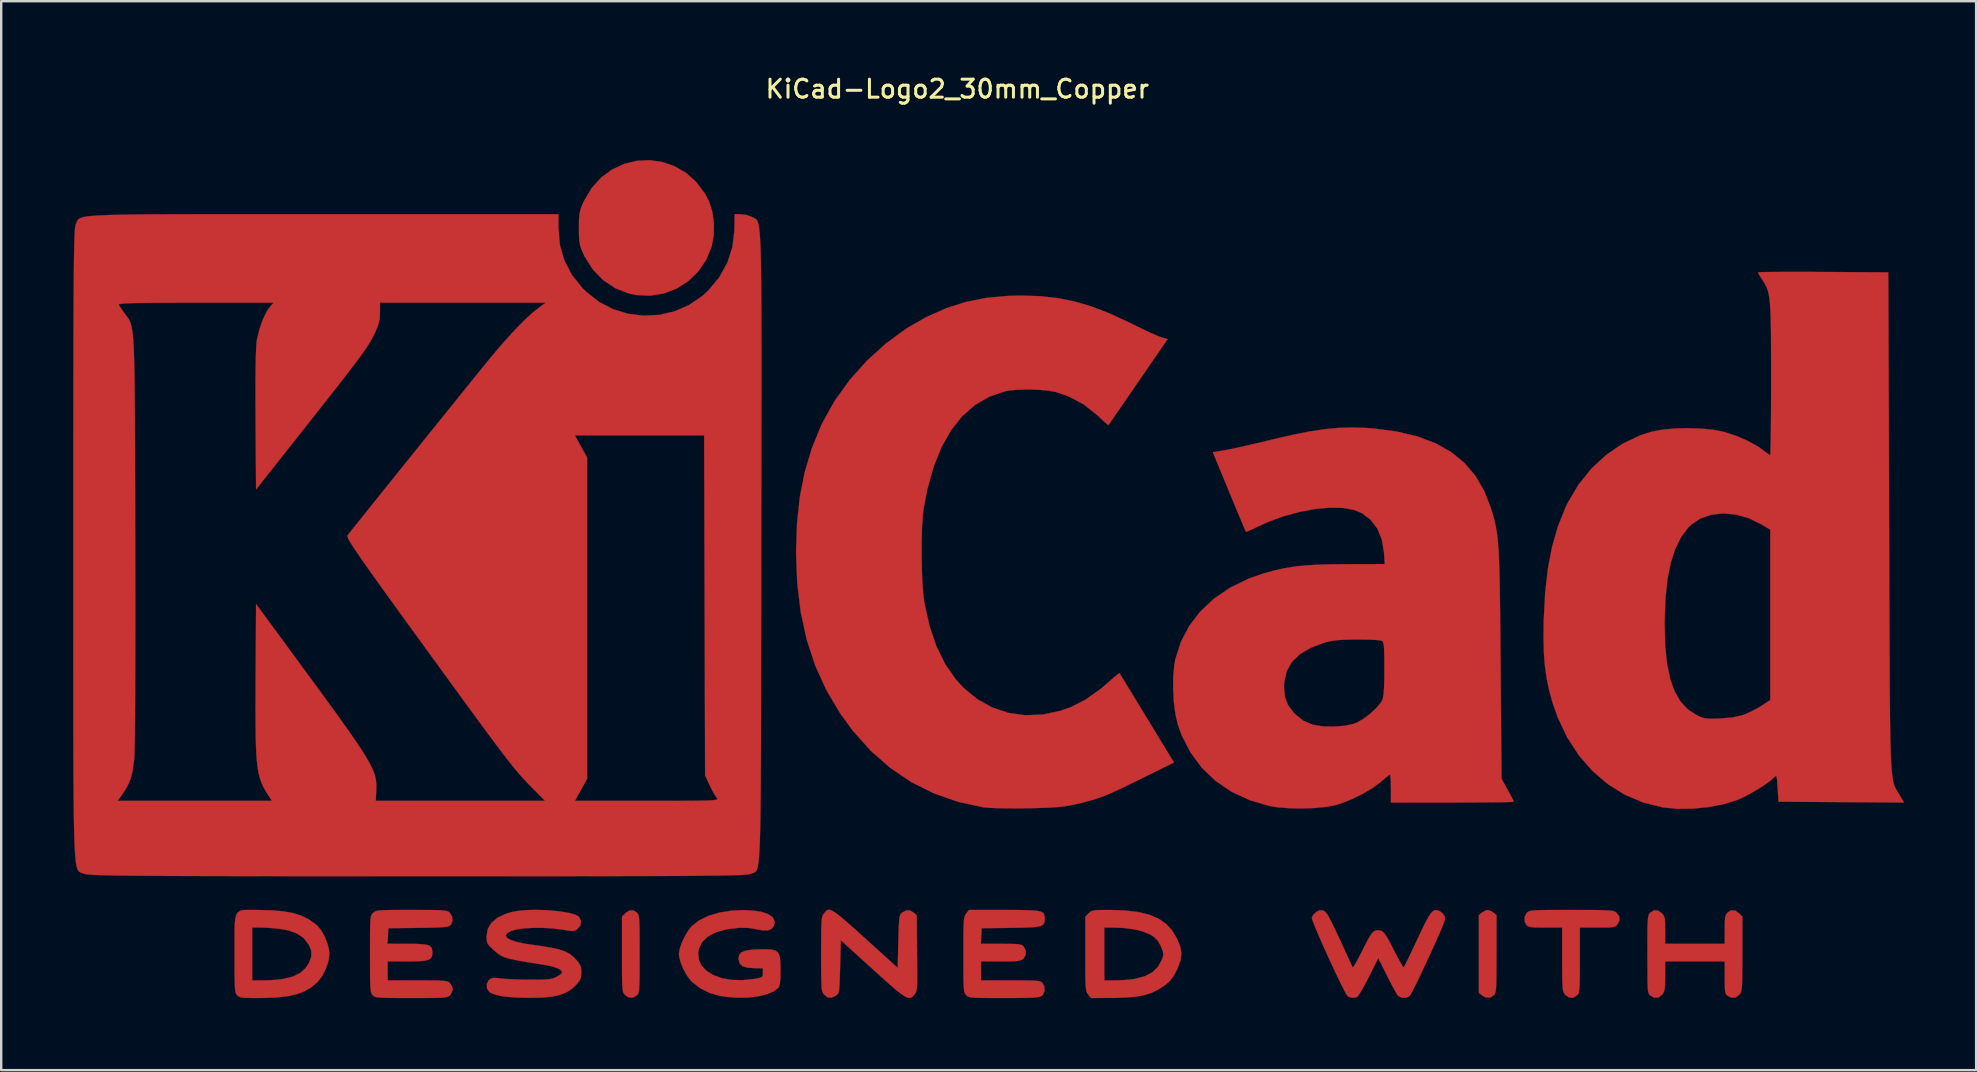
<source format=kicad_pcb>
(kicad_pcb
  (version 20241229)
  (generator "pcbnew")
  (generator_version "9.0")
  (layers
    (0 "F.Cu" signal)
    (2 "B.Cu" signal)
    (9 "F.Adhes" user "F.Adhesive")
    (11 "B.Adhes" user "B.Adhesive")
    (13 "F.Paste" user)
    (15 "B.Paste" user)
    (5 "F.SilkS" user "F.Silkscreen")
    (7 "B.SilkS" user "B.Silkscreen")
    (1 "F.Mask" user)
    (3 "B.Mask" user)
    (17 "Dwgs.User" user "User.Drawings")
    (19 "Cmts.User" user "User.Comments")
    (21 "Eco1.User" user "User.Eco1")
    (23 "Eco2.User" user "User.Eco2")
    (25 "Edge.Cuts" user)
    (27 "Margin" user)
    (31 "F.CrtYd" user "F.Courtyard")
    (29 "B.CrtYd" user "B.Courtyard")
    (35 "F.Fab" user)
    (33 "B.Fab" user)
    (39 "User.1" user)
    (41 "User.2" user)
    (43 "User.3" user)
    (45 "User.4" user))
  (footprint "KiCad-Logo2_30mm_Copper"
    (layer "F.Cu")
    (at 38.106 18.438)
    (property "Reference" "KiCad-Logo2_30mm_Copper" (at -1.27 -17.78 0) (layer "F.SilkS") (effects (font (size 0.75 0.75) (thickness 0.125))))
    (attr exclude_from_pos_files exclude_from_bom allow_missing_courtyard)
    (fp_poly (pts (xy 20.943 16.459) (xy 21.062 16.533) (xy 21.195 16.641) (xy 21.195 18.249) (xy 21.194 18.719) (xy 21.193 19.09) (xy 21.189 19.374) (xy 21.182 19.584) (xy 21.171 19.734) (xy 21.155 19.836) (xy 21.134 19.905) (xy 21.107 19.952) (xy 21.087 19.975) (xy 20.93 20.078) (xy 20.751 20.074) (xy 20.594 19.986) (xy 20.461 19.878) (xy 20.461 16.641) (xy 20.594 16.533) (xy 20.723 16.455) (xy 20.828 16.425) (xy 20.943 16.459)) (stroke (width 0.01) (type solid)) (fill yes) (layer "F.Cu"))
    (fp_poly (pts (xy -14.619 16.538) (xy -14.586 16.576) (xy -14.56 16.625) (xy -14.541 16.698) (xy -14.527 16.808) (xy -14.517 16.968) (xy -14.511 17.192) (xy -14.508 17.492) (xy -14.506 17.881) (xy -14.506 18.26) (xy -14.507 18.729) (xy -14.508 19.098) (xy -14.512 19.381) (xy -14.519 19.59) (xy -14.529 19.739) (xy -14.544 19.84) (xy -14.565 19.907) (xy -14.593 19.952) (xy -14.619 19.981) (xy -14.784 20.08) (xy -14.96 20.071) (xy -15.117 19.964) (xy -15.153 19.922) (xy -15.182 19.873) (xy -15.203 19.804) (xy -15.218 19.702) (xy -15.229 19.553) (xy -15.235 19.343) (xy -15.239 19.059) (xy -15.24 18.688) (xy -15.24 18.268) (xy -15.24 16.702) (xy -15.101 16.564) (xy -14.931 16.447) (xy -14.765 16.443) (xy -14.619 16.538)) (stroke (width 0.01) (type solid)) (fill yes) (layer "F.Cu"))
    (fp_poly (pts (xy -13.557 -14.738) (xy -13.044 -14.56) (xy -12.567 -14.28) (xy -12.141 -13.898) (xy -11.781 -13.415) (xy -11.619 -13.11) (xy -11.48 -12.683) (xy -11.412 -12.191) (xy -11.419 -11.684) (xy -11.503 -11.226) (xy -11.73 -10.665) (xy -12.061 -10.179) (xy -12.477 -9.777) (xy -12.961 -9.468) (xy -13.499 -9.262) (xy -14.071 -9.168) (xy -14.662 -9.197) (xy -14.953 -9.259) (xy -15.521 -9.48) (xy -16.025 -9.817) (xy -16.454 -10.26) (xy -16.795 -10.798) (xy -16.823 -10.856) (xy -16.923 -11.077) (xy -16.986 -11.263) (xy -17.02 -11.459) (xy -17.033 -11.71) (xy -17.036 -11.983) (xy -17.032 -12.311) (xy -17.015 -12.549) (xy -16.976 -12.741) (xy -16.906 -12.933) (xy -16.82 -13.122) (xy -16.498 -13.66) (xy -16.103 -14.095) (xy -15.648 -14.428) (xy -15.151 -14.659) (xy -14.626 -14.787) (xy -14.09 -14.814) (xy -13.557 -14.738)) (stroke (width 0.01) (type solid)) (fill yes) (layer "F.Cu"))
    (fp_poly (pts (xy 24.815 16.426) (xy 25.209 16.428) (xy 25.514 16.432) (xy 25.744 16.438) (xy 25.911 16.448) (xy 26.026 16.463) (xy 26.103 16.481) (xy 26.154 16.506) (xy 26.179 16.524) (xy 26.307 16.687) (xy 26.323 16.856) (xy 26.244 17.009) (xy 26.192 17.07) (xy 26.136 17.112) (xy 26.055 17.138) (xy 25.928 17.152) (xy 25.734 17.158) (xy 25.451 17.159) (xy 25.396 17.159) (xy 24.666 17.159) (xy 24.666 18.514) (xy 24.666 18.941) (xy 24.664 19.269) (xy 24.659 19.514) (xy 24.65 19.689) (xy 24.636 19.809) (xy 24.616 19.888) (xy 24.588 19.941) (xy 24.553 19.981) (xy 24.389 20.081) (xy 24.217 20.073) (xy 24.061 19.96) (xy 24.049 19.945) (xy 24.012 19.892) (xy 23.984 19.83) (xy 23.963 19.744) (xy 23.949 19.619) (xy 23.94 19.439) (xy 23.935 19.19) (xy 23.933 18.857) (xy 23.932 18.478) (xy 23.932 17.159) (xy 23.236 17.159) (xy 22.937 17.157) (xy 22.73 17.149) (xy 22.594 17.133) (xy 22.508 17.105) (xy 22.452 17.063) (xy 22.445 17.056) (xy 22.364 16.89) (xy 22.371 16.702) (xy 22.465 16.538) (xy 22.501 16.506) (xy 22.548 16.481) (xy 22.618 16.462) (xy 22.723 16.448) (xy 22.877 16.438) (xy 23.091 16.431) (xy 23.378 16.427) (xy 23.751 16.426) (xy 24.221 16.425) (xy 24.321 16.425) (xy 24.815 16.426)) (stroke (width 0.01) (type solid)) (fill yes) (layer "F.Cu"))
    (fp_poly (pts (xy 31.144 16.453) (xy 31.301 16.564) (xy 31.44 16.702) (xy 31.44 18.25) (xy 31.439 18.709) (xy 31.437 19.069) (xy 31.433 19.344) (xy 31.426 19.547) (xy 31.415 19.692) (xy 31.398 19.792) (xy 31.376 19.862) (xy 31.346 19.914) (xy 31.323 19.945) (xy 31.169 20.068) (xy 30.992 20.082) (xy 30.831 20.006) (xy 30.778 19.962) (xy 30.742 19.903) (xy 30.721 19.808) (xy 30.71 19.655) (xy 30.706 19.423) (xy 30.706 19.244) (xy 30.706 18.57) (xy 28.222 18.57) (xy 28.222 19.183) (xy 28.22 19.464) (xy 28.209 19.657) (xy 28.188 19.787) (xy 28.15 19.879) (xy 28.105 19.945) (xy 27.951 20.068) (xy 27.776 20.083) (xy 27.609 19.995) (xy 27.563 19.95) (xy 27.531 19.889) (xy 27.509 19.795) (xy 27.497 19.648) (xy 27.49 19.43) (xy 27.487 19.121) (xy 27.487 19.05) (xy 27.484 18.468) (xy 27.483 17.989) (xy 27.484 17.601) (xy 27.486 17.294) (xy 27.491 17.058) (xy 27.5 16.883) (xy 27.511 16.756) (xy 27.527 16.669) (xy 27.548 16.61) (xy 27.573 16.569) (xy 27.601 16.538) (xy 27.761 16.439) (xy 27.927 16.453) (xy 28.084 16.564) (xy 28.147 16.636) (xy 28.188 16.715) (xy 28.21 16.828) (xy 28.22 17) (xy 28.222 17.259) (xy 28.222 17.269) (xy 28.222 17.836) (xy 30.706 17.836) (xy 30.706 17.244) (xy 30.708 16.971) (xy 30.718 16.786) (xy 30.74 16.667) (xy 30.777 16.587) (xy 30.819 16.538) (xy 30.978 16.439) (xy 31.144 16.453)) (stroke (width 0.01) (type solid)) (fill yes) (layer "F.Cu"))
    (fp_poly (pts (xy 5.092 16.426) (xy 5.736 16.448) (xy 6.285 16.514) (xy 6.746 16.629) (xy 7.129 16.795) (xy 7.443 17.018) (xy 7.696 17.301) (xy 7.898 17.648) (xy 7.902 17.657) (xy 8.023 17.967) (xy 8.066 18.243) (xy 8.031 18.519) (xy 7.918 18.835) (xy 7.897 18.883) (xy 7.751 19.165) (xy 7.587 19.382) (xy 7.375 19.567) (xy 7.086 19.751) (xy 7.069 19.76) (xy 6.818 19.881) (xy 6.533 19.971) (xy 6.198 20.034) (xy 5.793 20.073) (xy 5.3 20.09) (xy 5.126 20.091) (xy 4.298 20.094) (xy 4.181 19.945) (xy 4.146 19.897) (xy 4.119 19.839) (xy 4.099 19.76) (xy 4.084 19.646) (xy 4.074 19.482) (xy 4.071 19.36) (xy 4.854 19.36) (xy 5.324 19.36) (xy 5.598 19.352) (xy 5.88 19.331) (xy 6.112 19.301) (xy 6.126 19.299) (xy 6.537 19.189) (xy 6.856 19.023) (xy 7.092 18.794) (xy 7.257 18.495) (xy 7.286 18.415) (xy 7.314 18.292) (xy 7.301 18.17) (xy 7.242 18.007) (xy 7.207 17.927) (xy 7.09 17.715) (xy 6.949 17.566) (xy 6.795 17.463) (xy 6.485 17.328) (xy 6.088 17.23) (xy 5.626 17.174) (xy 5.292 17.161) (xy 4.854 17.159) (xy 4.854 19.36) (xy 4.071 19.36) (xy 4.068 19.255) (xy 4.065 18.952) (xy 4.064 18.558) (xy 4.064 18.25) (xy 4.064 16.702) (xy 4.203 16.564) (xy 4.264 16.508) (xy 4.331 16.469) (xy 4.423 16.445) (xy 4.564 16.432) (xy 4.774 16.427) (xy 5.074 16.426) (xy 5.092 16.426)) (stroke (width 0.01) (type solid)) (fill yes) (layer "F.Cu"))
    (fp_poly (pts (xy -30.607 16.425) (xy -30.409 16.427) (xy -29.831 16.441) (xy -29.347 16.483) (xy -28.94 16.556) (xy -28.594 16.666) (xy -28.292 16.817) (xy -28.019 17.013) (xy -27.921 17.098) (xy -27.759 17.297) (xy -27.613 17.567) (xy -27.5 17.867) (xy -27.438 18.154) (xy -27.432 18.26) (xy -27.472 18.554) (xy -27.579 18.875) (xy -27.735 19.179) (xy -27.919 19.422) (xy -27.949 19.451) (xy -28.203 19.657) (xy -28.481 19.817) (xy -28.798 19.937) (xy -29.172 20.02) (xy -29.619 20.07) (xy -30.153 20.092) (xy -30.398 20.094) (xy -30.709 20.093) (xy -30.928 20.086) (xy -31.075 20.073) (xy -31.17 20.049) (xy -31.235 20.013) (xy -31.27 19.981) (xy -31.303 19.943) (xy -31.329 19.895) (xy -31.349 19.822) (xy -31.363 19.712) (xy -31.372 19.551) (xy -31.378 19.328) (xy -31.382 19.028) (xy -31.383 18.638) (xy -31.383 18.26) (xy -31.384 17.755) (xy -31.384 17.352) (xy -31.379 17.159) (xy -30.649 17.159) (xy -30.649 19.36) (xy -30.184 19.36) (xy -29.903 19.352) (xy -29.61 19.331) (xy -29.365 19.302) (xy -29.358 19.301) (xy -28.962 19.205) (xy -28.655 19.056) (xy -28.422 18.844) (xy -28.273 18.615) (xy -28.182 18.36) (xy -28.189 18.121) (xy -28.295 17.865) (xy -28.502 17.599) (xy -28.79 17.403) (xy -29.164 17.272) (xy -29.414 17.225) (xy -29.697 17.193) (xy -29.998 17.169) (xy -30.253 17.159) (xy -30.268 17.159) (xy -30.649 17.159) (xy -31.379 17.159) (xy -31.376 17.039) (xy -31.355 16.805) (xy -31.314 16.639) (xy -31.248 16.529) (xy -31.15 16.464) (xy -31.014 16.432) (xy -30.835 16.423) (xy -30.607 16.425)) (stroke (width 0.01) (type solid)) (fill yes) (layer "F.Cu"))
    (fp_poly (pts (xy -6.501 16.447) (xy -6.383 16.516) (xy -6.229 16.629) (xy -6.03 16.792) (xy -5.78 17.009) (xy -5.469 17.285) (xy -5.09 17.627) (xy -4.657 18.02) (xy -3.754 18.839) (xy -3.725 17.74) (xy -3.715 17.362) (xy -3.705 17.08) (xy -3.694 16.879) (xy -3.678 16.741) (xy -3.656 16.652) (xy -3.626 16.594) (xy -3.585 16.551) (xy -3.564 16.533) (xy -3.391 16.438) (xy -3.227 16.452) (xy -3.097 16.533) (xy -2.963 16.641) (xy -2.947 18.216) (xy -2.942 18.679) (xy -2.94 19.043) (xy -2.941 19.321) (xy -2.945 19.527) (xy -2.954 19.674) (xy -2.969 19.776) (xy -2.99 19.847) (xy -3.018 19.9) (xy -3.05 19.942) (xy -3.117 20.021) (xy -3.184 20.073) (xy -3.261 20.093) (xy -3.355 20.075) (xy -3.477 20.014) (xy -3.636 19.904) (xy -3.842 19.74) (xy -4.103 19.515) (xy -4.429 19.224) (xy -4.798 18.89) (xy -6.124 17.687) (xy -6.152 18.783) (xy -6.163 19.161) (xy -6.173 19.442) (xy -6.184 19.643) (xy -6.2 19.779) (xy -6.222 19.869) (xy -6.252 19.926) (xy -6.293 19.969) (xy -6.314 19.986) (xy -6.499 20.082) (xy -6.674 20.067) (xy -6.826 19.945) (xy -6.86 19.896) (xy -6.888 19.839) (xy -6.908 19.76) (xy -6.923 19.645) (xy -6.932 19.48) (xy -6.938 19.253) (xy -6.941 18.948) (xy -6.943 18.552) (xy -6.943 18.26) (xy -6.942 17.802) (xy -6.941 17.443) (xy -6.937 17.17) (xy -6.929 16.969) (xy -6.918 16.825) (xy -6.901 16.725) (xy -6.878 16.656) (xy -6.848 16.604) (xy -6.826 16.574) (xy -6.769 16.503) (xy -6.717 16.45) (xy -6.659 16.419) (xy -6.59 16.417) (xy -6.501 16.447)) (stroke (width 0.01) (type solid)) (fill yes) (layer "F.Cu"))
    (fp_poly (pts (xy -9.75 16.453) (xy -9.408 16.51) (xy -9.145 16.6) (xy -8.974 16.717) (xy -8.927 16.785) (xy -8.879 16.941) (xy -8.911 17.082) (xy -9.012 17.216) (xy -9.169 17.279) (xy -9.396 17.273) (xy -9.572 17.24) (xy -9.962 17.175) (xy -10.361 17.169) (xy -10.808 17.221) (xy -10.931 17.243) (xy -11.346 17.361) (xy -11.671 17.535) (xy -11.902 17.763) (xy -12.036 18.042) (xy -12.063 18.187) (xy -12.045 18.48) (xy -11.929 18.739) (xy -11.724 18.96) (xy -11.442 19.136) (xy -11.094 19.264) (xy -10.689 19.338) (xy -10.239 19.352) (xy -9.755 19.303) (xy -9.727 19.298) (xy -9.534 19.262) (xy -9.427 19.228) (xy -9.381 19.176) (xy -9.37 19.09) (xy -9.37 19.044) (xy -9.37 18.852) (xy -9.712 18.852) (xy -10.014 18.832) (xy -10.221 18.766) (xy -10.341 18.649) (xy -10.384 18.475) (xy -10.385 18.452) (xy -10.359 18.303) (xy -10.272 18.197) (xy -10.11 18.127) (xy -9.859 18.086) (xy -9.616 18.071) (xy -9.262 18.062) (xy -9.006 18.075) (xy -8.831 18.124) (xy -8.722 18.222) (xy -8.664 18.382) (xy -8.64 18.619) (xy -8.636 18.93) (xy -8.643 19.278) (xy -8.664 19.514) (xy -8.7 19.64) (xy -8.707 19.65) (xy -8.901 19.808) (xy -9.186 19.932) (xy -9.544 20.022) (xy -9.957 20.073) (xy -10.406 20.083) (xy -10.873 20.05) (xy -11.148 20.01) (xy -11.579 19.888) (xy -11.979 19.688) (xy -12.315 19.429) (xy -12.366 19.378) (xy -12.532 19.16) (xy -12.681 18.891) (xy -12.797 18.608) (xy -12.861 18.351) (xy -12.869 18.253) (xy -12.836 18.047) (xy -12.748 17.791) (xy -12.621 17.522) (xy -12.474 17.276) (xy -12.344 17.112) (xy -12.039 16.867) (xy -11.645 16.673) (xy -11.176 16.532) (xy -10.646 16.451) (xy -10.16 16.431) (xy -9.75 16.453)) (stroke (width 0.01) (type solid)) (fill yes) (layer "F.Cu"))
    (fp_poly (pts (xy 1.152 16.426) (xy 1.534 16.431) (xy 1.826 16.442) (xy 2.041 16.461) (xy 2.191 16.491) (xy 2.287 16.535) (xy 2.341 16.596) (xy 2.365 16.675) (xy 2.371 16.775) (xy 2.371 16.787) (xy 2.366 16.9) (xy 2.342 16.988) (xy 2.287 17.053) (xy 2.187 17.1) (xy 2.029 17.131) (xy 1.801 17.151) (xy 1.49 17.163) (xy 1.081 17.17) (xy 0.956 17.172) (xy -0.254 17.187) (xy -0.271 17.512) (xy -0.288 17.836) (xy 0.553 17.836) (xy 0.881 17.838) (xy 1.116 17.843) (xy 1.275 17.854) (xy 1.379 17.874) (xy 1.445 17.904) (xy 1.494 17.947) (xy 1.494 17.947) (xy 1.582 18.116) (xy 1.579 18.297) (xy 1.487 18.452) (xy 1.468 18.468) (xy 1.404 18.509) (xy 1.315 18.538) (xy 1.183 18.556) (xy 0.987 18.566) (xy 0.708 18.57) (xy 0.53 18.57) (xy -0.282 18.57) (xy -0.282 19.36) (xy 0.951 19.36) (xy 1.358 19.361) (xy 1.667 19.364) (xy 1.893 19.37) (xy 2.051 19.381) (xy 2.156 19.398) (xy 2.223 19.421) (xy 2.266 19.452) (xy 2.277 19.464) (xy 2.358 19.621) (xy 2.364 19.801) (xy 2.298 19.956) (xy 2.245 20.006) (xy 2.191 20.034) (xy 2.106 20.055) (xy 1.978 20.071) (xy 1.794 20.082) (xy 1.539 20.089) (xy 1.2 20.093) (xy 0.765 20.094) (xy 0.667 20.094) (xy 0.225 20.094) (xy -0.119 20.092) (xy -0.377 20.088) (xy -0.564 20.081) (xy -0.694 20.069) (xy -0.78 20.051) (xy -0.837 20.026) (xy -0.878 19.994) (xy -0.901 19.971) (xy -0.935 19.929) (xy -0.961 19.878) (xy -0.981 19.804) (xy -0.996 19.693) (xy -1.006 19.532) (xy -1.012 19.307) (xy -1.015 19.006) (xy -1.016 18.615) (xy -1.016 18.285) (xy -1.016 17.823) (xy -1.014 17.461) (xy -1.01 17.184) (xy -1.003 16.979) (xy -0.992 16.832) (xy -0.975 16.731) (xy -0.953 16.66) (xy -0.924 16.607) (xy -0.899 16.574) (xy -0.782 16.425) (xy 0.669 16.425) (xy 1.152 16.426)) (stroke (width 0.01) (type solid)) (fill yes) (layer "F.Cu"))
    (fp_poly (pts (xy -23.564 16.426) (xy -23.217 16.428) (xy -22.955 16.432) (xy -22.764 16.44) (xy -22.631 16.452) (xy -22.541 16.47) (xy -22.48 16.494) (xy -22.435 16.526) (xy -22.419 16.54) (xy -22.32 16.696) (xy -22.302 16.874) (xy -22.367 17.033) (xy -22.398 17.065) (xy -22.446 17.096) (xy -22.525 17.12) (xy -22.647 17.138) (xy -22.828 17.151) (xy -23.083 17.16) (xy -23.425 17.168) (xy -23.738 17.172) (xy -24.977 17.187) (xy -24.994 17.512) (xy -25.011 17.836) (xy -24.17 17.836) (xy -23.805 17.84) (xy -23.538 17.853) (xy -23.353 17.882) (xy -23.236 17.932) (xy -23.172 18.008) (xy -23.146 18.117) (xy -23.142 18.219) (xy -23.155 18.343) (xy -23.201 18.435) (xy -23.297 18.498) (xy -23.456 18.539) (xy -23.692 18.561) (xy -24.02 18.569) (xy -24.199 18.57) (xy -25.005 18.57) (xy -25.005 19.36) (xy -23.763 19.36) (xy -23.356 19.361) (xy -23.047 19.364) (xy -22.82 19.369) (xy -22.66 19.38) (xy -22.553 19.396) (xy -22.482 19.419) (xy -22.433 19.45) (xy -22.408 19.473) (xy -22.323 19.608) (xy -22.296 19.727) (xy -22.335 19.873) (xy -22.408 19.981) (xy -22.448 20.015) (xy -22.498 20.042) (xy -22.574 20.061) (xy -22.689 20.076) (xy -22.856 20.085) (xy -23.088 20.09) (xy -23.401 20.093) (xy -23.807 20.094) (xy -24.017 20.094) (xy -24.468 20.094) (xy -24.82 20.092) (xy -25.086 20.088) (xy -25.28 20.08) (xy -25.415 20.068) (xy -25.506 20.051) (xy -25.566 20.028) (xy -25.609 19.997) (xy -25.626 19.981) (xy -25.659 19.943) (xy -25.685 19.894) (xy -25.704 19.821) (xy -25.718 19.711) (xy -25.728 19.55) (xy -25.734 19.326) (xy -25.737 19.024) (xy -25.738 18.634) (xy -25.739 18.27) (xy -25.738 17.804) (xy -25.737 17.437) (xy -25.734 17.157) (xy -25.728 16.951) (xy -25.718 16.804) (xy -25.703 16.705) (xy -25.681 16.639) (xy -25.653 16.594) (xy -25.617 16.556) (xy -25.608 16.548) (xy -25.565 16.511) (xy -25.514 16.482) (xy -25.443 16.461) (xy -25.337 16.445) (xy -25.182 16.435) (xy -24.964 16.429) (xy -24.669 16.426) (xy -24.284 16.425) (xy -24.01 16.425) (xy -23.564 16.426)) (stroke (width 0.01) (type solid)) (fill yes) (layer "F.Cu"))
    (fp_poly (pts (xy 18.723 16.435) (xy 18.821 16.47) (xy 18.825 16.472) (xy 18.958 16.573) (xy 19.031 16.678) (xy 19.046 16.727) (xy 19.045 16.792) (xy 19.025 16.884) (xy 18.981 17.016) (xy 18.908 17.199) (xy 18.803 17.443) (xy 18.661 17.762) (xy 18.477 18.165) (xy 18.376 18.386) (xy 18.193 18.78) (xy 18.022 19.142) (xy 17.868 19.459) (xy 17.738 19.719) (xy 17.64 19.906) (xy 17.578 20.009) (xy 17.566 20.024) (xy 17.411 20.087) (xy 17.236 20.078) (xy 17.095 20.002) (xy 17.089 19.995) (xy 17.033 19.911) (xy 16.94 19.746) (xy 16.819 19.522) (xy 16.684 19.26) (xy 16.636 19.164) (xy 16.27 18.431) (xy 15.871 19.227) (xy 15.729 19.502) (xy 15.597 19.741) (xy 15.486 19.924) (xy 15.407 20.035) (xy 15.38 20.059) (xy 15.171 20.091) (xy 14.999 20.024) (xy 14.949 19.952) (xy 14.861 19.793) (xy 14.744 19.563) (xy 14.604 19.276) (xy 14.448 18.949) (xy 14.284 18.598) (xy 14.119 18.236) (xy 13.959 17.882) (xy 13.813 17.549) (xy 13.687 17.254) (xy 13.588 17.012) (xy 13.524 16.84) (xy 13.501 16.751) (xy 13.501 16.748) (xy 13.557 16.637) (xy 13.667 16.524) (xy 13.674 16.519) (xy 13.809 16.442) (xy 13.935 16.443) (xy 13.982 16.457) (xy 14.039 16.489) (xy 14.1 16.55) (xy 14.172 16.655) (xy 14.262 16.815) (xy 14.377 17.043) (xy 14.525 17.353) (xy 14.659 17.639) (xy 14.812 17.971) (xy 14.95 18.269) (xy 15.065 18.519) (xy 15.149 18.703) (xy 15.196 18.808) (xy 15.203 18.824) (xy 15.233 18.797) (xy 15.304 18.686) (xy 15.405 18.505) (xy 15.528 18.271) (xy 15.576 18.175) (xy 15.741 17.85) (xy 15.868 17.613) (xy 15.968 17.451) (xy 16.051 17.35) (xy 16.128 17.295) (xy 16.208 17.274) (xy 16.261 17.272) (xy 16.353 17.28) (xy 16.435 17.314) (xy 16.515 17.388) (xy 16.606 17.515) (xy 16.719 17.71) (xy 16.863 17.987) (xy 16.943 18.145) (xy 17.073 18.395) (xy 17.186 18.604) (xy 17.272 18.751) (xy 17.322 18.821) (xy 17.329 18.824) (xy 17.361 18.769) (xy 17.434 18.626) (xy 17.539 18.411) (xy 17.669 18.138) (xy 17.818 17.822) (xy 17.891 17.665) (xy 18.081 17.26) (xy 18.235 16.949) (xy 18.359 16.72) (xy 18.462 16.565) (xy 18.551 16.472) (xy 18.636 16.433) (xy 18.723 16.435)) (stroke (width 0.01) (type solid)) (fill yes) (layer "F.Cu"))
    (fp_poly (pts (xy -18.459 16.432) (xy -18.084 16.458) (xy -17.737 16.499) (xy -17.435 16.553) (xy -17.2 16.618) (xy -17.052 16.694) (xy -17.029 16.716) (xy -16.95 16.889) (xy -16.974 17.067) (xy -17.097 17.219) (xy -17.103 17.223) (xy -17.175 17.27) (xy -17.25 17.294) (xy -17.355 17.297) (xy -17.516 17.279) (xy -17.76 17.241) (xy -17.78 17.238) (xy -18.144 17.193) (xy -18.536 17.171) (xy -18.93 17.171) (xy -19.297 17.191) (xy -19.61 17.232) (xy -19.842 17.293) (xy -19.857 17.299) (xy -20.025 17.393) (xy -20.084 17.488) (xy -20.038 17.582) (xy -19.89 17.672) (xy -19.645 17.754) (xy -19.305 17.827) (xy -19.078 17.862) (xy -18.607 17.929) (xy -18.233 17.991) (xy -17.939 18.052) (xy -17.709 18.118) (xy -17.528 18.195) (xy -17.379 18.286) (xy -17.247 18.399) (xy -17.141 18.51) (xy -17.015 18.664) (xy -16.953 18.797) (xy -16.934 18.96) (xy -16.933 19.02) (xy -16.948 19.219) (xy -17.006 19.366) (xy -17.107 19.497) (xy -17.311 19.698) (xy -17.539 19.851) (xy -17.808 19.961) (xy -18.133 20.034) (xy -18.534 20.074) (xy -19.025 20.086) (xy -19.106 20.086) (xy -19.434 20.079) (xy -19.759 20.064) (xy -20.046 20.042) (xy -20.26 20.016) (xy -20.277 20.013) (xy -20.489 19.962) (xy -20.669 19.899) (xy -20.771 19.841) (xy -20.866 19.688) (xy -20.872 19.51) (xy -20.79 19.351) (xy -20.772 19.333) (xy -20.697 19.279) (xy -20.602 19.256) (xy -20.456 19.26) (xy -20.278 19.281) (xy -20.08 19.299) (xy -19.802 19.314) (xy -19.477 19.325) (xy -19.139 19.331) (xy -19.05 19.331) (xy -18.711 19.33) (xy -18.462 19.323) (xy -18.283 19.309) (xy -18.151 19.285) (xy -18.045 19.249) (xy -17.981 19.219) (xy -17.84 19.136) (xy -17.75 19.061) (xy -17.737 19.039) (xy -17.765 18.951) (xy -17.896 18.866) (xy -18.122 18.787) (xy -18.434 18.719) (xy -18.526 18.704) (xy -19.005 18.629) (xy -19.388 18.566) (xy -19.689 18.511) (xy -19.922 18.459) (xy -20.103 18.405) (xy -20.246 18.346) (xy -20.366 18.276) (xy -20.478 18.191) (xy -20.597 18.087) (xy -20.637 18.05) (xy -20.777 17.913) (xy -20.851 17.805) (xy -20.88 17.681) (xy -20.884 17.525) (xy -20.833 17.219) (xy -20.679 16.958) (xy -20.423 16.745) (xy -20.066 16.579) (xy -19.812 16.505) (xy -19.535 16.457) (xy -19.204 16.43) (xy -18.839 16.422) (xy -18.459 16.432)) (stroke (width 0.01) (type solid)) (fill yes) (layer "F.Cu"))
    (fp_poly (pts (xy 2.188 -9.148) (xy 2.924 -9.067) (xy 3.638 -8.923) (xy 4.357 -8.708) (xy 5.111 -8.414) (xy 5.93 -8.033) (xy 6.078 -7.959) (xy 6.416 -7.793) (xy 6.735 -7.643) (xy 7.003 -7.524) (xy 7.189 -7.45) (xy 7.218 -7.44) (xy 7.492 -7.358) (xy 6.265 -5.574) (xy 5.966 -5.138) (xy 5.691 -4.739) (xy 5.452 -4.392) (xy 5.257 -4.11) (xy 5.116 -3.905) (xy 5.038 -3.793) (xy 5.026 -3.775) (xy 4.974 -3.812) (xy 4.847 -3.924) (xy 4.668 -4.091) (xy 4.569 -4.185) (xy 4.007 -4.631) (xy 3.377 -4.97) (xy 2.834 -5.156) (xy 2.508 -5.215) (xy 2.099 -5.25) (xy 1.657 -5.262) (xy 1.228 -5.25) (xy 0.861 -5.213) (xy 0.715 -5.185) (xy 0.055 -4.958) (xy -0.539 -4.612) (xy -1.068 -4.146) (xy -1.53 -3.563) (xy -1.927 -2.861) (xy -2.256 -2.043) (xy -2.517 -1.108) (xy -2.673 -0.307) (xy -2.713 0.046) (xy -2.741 0.503) (xy -2.756 1.029) (xy -2.759 1.594) (xy -2.749 2.163) (xy -2.728 2.703) (xy -2.695 3.184) (xy -2.65 3.57) (xy -2.641 3.629) (xy -2.429 4.59) (xy -2.141 5.439) (xy -1.775 6.183) (xy -1.328 6.823) (xy -1.011 7.169) (xy -0.441 7.64) (xy 0.184 7.988) (xy 0.853 8.213) (xy 1.557 8.312) (xy 2.284 8.285) (xy 3.023 8.128) (xy 3.461 7.974) (xy 4.066 7.666) (xy 4.69 7.225) (xy 5.04 6.926) (xy 5.236 6.753) (xy 5.39 6.626) (xy 5.478 6.565) (xy 5.489 6.563) (xy 5.528 6.626) (xy 5.629 6.791) (xy 5.784 7.044) (xy 5.985 7.372) (xy 6.221 7.76) (xy 6.485 8.193) (xy 6.633 8.435) (xy 7.756 10.281) (xy 6.353 10.974) (xy 5.846 11.223) (xy 5.435 11.419) (xy 5.095 11.573) (xy 4.802 11.693) (xy 4.529 11.79) (xy 4.252 11.873) (xy 3.946 11.953) (xy 3.653 12.022) (xy 3.392 12.076) (xy 3.12 12.117) (xy 2.808 12.147) (xy 2.429 12.168) (xy 1.957 12.183) (xy 1.639 12.189) (xy 1.185 12.194) (xy 0.749 12.192) (xy 0.361 12.183) (xy 0.049 12.17) (xy -0.157 12.152) (xy -0.169 12.15) (xy -1.242 11.918) (xy -2.249 11.566) (xy -3.19 11.095) (xy -4.066 10.504) (xy -4.875 9.794) (xy -5.617 8.965) (xy -6.154 8.228) (xy -6.726 7.263) (xy -7.189 6.245) (xy -7.544 5.164) (xy -7.794 4.013) (xy -7.941 2.783) (xy -7.987 1.534) (xy -7.949 0.327) (xy -7.83 -0.788) (xy -7.625 -1.828) (xy -7.33 -2.812) (xy -6.943 -3.759) (xy -6.897 -3.857) (xy -6.387 -4.774) (xy -5.761 -5.647) (xy -5.037 -6.457) (xy -4.232 -7.187) (xy -3.364 -7.818) (xy -2.555 -8.281) (xy -1.738 -8.643) (xy -0.919 -8.906) (xy -0.066 -9.076) (xy 0.851 -9.16) (xy 1.4 -9.173) (xy 2.188 -9.148)) (stroke (width 0.01) (type solid)) (fill yes) (layer "F.Cu"))
    (fp_poly (pts (xy 34.027 -10.161) (xy 34.608 -10.159) (xy 34.806 -10.157) (xy 37.52 -10.14) (xy 37.554 0.273) (xy 37.558 1.685) (xy 37.562 2.967) (xy 37.566 4.126) (xy 37.57 5.168) (xy 37.574 6.1) (xy 37.578 6.929) (xy 37.584 7.661) (xy 37.59 8.303) (xy 37.598 8.861) (xy 37.607 9.342) (xy 37.618 9.753) (xy 37.631 10.101) (xy 37.646 10.392) (xy 37.664 10.632) (xy 37.685 10.828) (xy 37.709 10.988) (xy 37.736 11.117) (xy 37.766 11.222) (xy 37.801 11.31) (xy 37.84 11.388) (xy 37.883 11.462) (xy 37.931 11.538) (xy 37.983 11.624) (xy 37.994 11.642) (xy 38.175 11.951) (xy 35.56 11.933) (xy 32.945 11.915) (xy 32.911 11.34) (xy 32.892 11.065) (xy 32.873 10.905) (xy 32.847 10.842) (xy 32.807 10.855) (xy 32.774 10.891) (xy 32.63 11.024) (xy 32.396 11.195) (xy 32.105 11.383) (xy 31.788 11.568) (xy 31.481 11.73) (xy 31.244 11.836) (xy 30.691 12.011) (xy 30.056 12.136) (xy 29.386 12.204) (xy 28.728 12.211) (xy 28.129 12.154) (xy 28.12 12.152) (xy 27.301 11.947) (xy 26.534 11.619) (xy 25.827 11.177) (xy 25.187 10.627) (xy 24.622 9.976) (xy 24.139 9.231) (xy 23.745 8.4) (xy 23.53 7.784) (xy 23.388 7.269) (xy 23.284 6.77) (xy 23.212 6.257) (xy 23.171 5.699) (xy 23.156 5.068) (xy 23.162 4.552) (xy 28.201 4.552) (xy 28.225 5.417) (xy 28.3 6.161) (xy 28.429 6.791) (xy 28.614 7.314) (xy 28.857 7.735) (xy 29.161 8.062) (xy 29.511 8.293) (xy 29.694 8.38) (xy 29.852 8.432) (xy 30.029 8.455) (xy 30.266 8.457) (xy 30.521 8.448) (xy 31.023 8.404) (xy 31.42 8.317) (xy 31.545 8.274) (xy 31.83 8.145) (xy 32.131 7.984) (xy 32.262 7.903) (xy 32.603 7.68) (xy 32.603 0.582) (xy 32.228 0.357) (xy 31.704 0.102) (xy 31.169 -0.048) (xy 30.642 -0.096) (xy 30.143 -0.041) (xy 29.691 0.115) (xy 29.307 0.372) (xy 29.182 0.495) (xy 28.883 0.898) (xy 28.641 1.386) (xy 28.454 1.968) (xy 28.319 2.651) (xy 28.236 3.444) (xy 28.202 4.355) (xy 28.201 4.552) (xy 23.162 4.552) (xy 23.165 4.337) (xy 23.223 3.213) (xy 23.338 2.199) (xy 23.515 1.281) (xy 23.757 0.443) (xy 24.065 -0.329) (xy 24.175 -0.558) (xy 24.619 -1.304) (xy 25.155 -1.967) (xy 25.771 -2.537) (xy 26.454 -3.002) (xy 27.191 -3.352) (xy 27.634 -3.496) (xy 28.068 -3.581) (xy 28.591 -3.632) (xy 29.158 -3.649) (xy 29.725 -3.63) (xy 30.25 -3.577) (xy 30.671 -3.494) (xy 31.172 -3.331) (xy 31.658 -3.122) (xy 32.083 -2.887) (xy 32.309 -2.727) (xy 32.465 -2.609) (xy 32.575 -2.537) (xy 32.599 -2.526) (xy 32.607 -2.592) (xy 32.614 -2.782) (xy 32.621 -3.081) (xy 32.627 -3.476) (xy 32.631 -3.955) (xy 32.635 -4.504) (xy 32.637 -5.108) (xy 32.638 -5.725) (xy 32.637 -6.514) (xy 32.635 -7.179) (xy 32.631 -7.733) (xy 32.622 -8.189) (xy 32.609 -8.559) (xy 32.589 -8.857) (xy 32.562 -9.094) (xy 32.526 -9.283) (xy 32.481 -9.438) (xy 32.426 -9.571) (xy 32.358 -9.695) (xy 32.277 -9.822) (xy 32.267 -9.837) (xy 32.163 -10.002) (xy 32.1 -10.115) (xy 32.091 -10.139) (xy 32.157 -10.146) (xy 32.345 -10.152) (xy 32.641 -10.157) (xy 33.029 -10.16) (xy 33.496 -10.161) (xy 34.027 -10.161)) (stroke (width 0.01) (type solid)) (fill yes) (layer "F.Cu"))
    (fp_poly (pts (xy 15.752 -3.659) (xy 16.091 -3.633) (xy 17.059 -3.505) (xy 17.916 -3.299) (xy 18.666 -3.014) (xy 19.315 -2.647) (xy 19.865 -2.195) (xy 20.321 -1.655) (xy 20.687 -1.024) (xy 20.954 -0.341) (xy 21.022 -0.124) (xy 21.081 0.08) (xy 21.132 0.281) (xy 21.176 0.49) (xy 21.213 0.719) (xy 21.244 0.977) (xy 21.27 1.277) (xy 21.291 1.628) (xy 21.308 2.042) (xy 21.322 2.531) (xy 21.334 3.104) (xy 21.343 3.774) (xy 21.352 4.55) (xy 21.36 5.444) (xy 21.366 6.145) (xy 21.406 10.959) (xy 21.662 11.422) (xy 21.783 11.645) (xy 21.873 11.819) (xy 21.916 11.911) (xy 21.918 11.917) (xy 21.852 11.924) (xy 21.665 11.931) (xy 21.37 11.937) (xy 20.985 11.942) (xy 20.522 11.945) (xy 19.997 11.948) (xy 19.425 11.949) (xy 19.357 11.949) (xy 16.797 11.949) (xy 16.797 11.369) (xy 16.792 11.106) (xy 16.781 10.906) (xy 16.764 10.798) (xy 16.757 10.788) (xy 16.689 10.83) (xy 16.549 10.939) (xy 16.368 11.093) (xy 16.364 11.097) (xy 16.033 11.343) (xy 15.615 11.59) (xy 15.158 11.814) (xy 14.708 11.991) (xy 14.509 12.051) (xy 14.115 12.128) (xy 13.631 12.177) (xy 13.102 12.197) (xy 12.572 12.188) (xy 12.085 12.15) (xy 11.744 12.095) (xy 10.909 11.849) (xy 10.157 11.5) (xy 9.493 11.05) (xy 8.922 10.505) (xy 8.449 9.868) (xy 8.079 9.145) (xy 7.92 8.706) (xy 7.82 8.279) (xy 7.753 7.767) (xy 7.723 7.216) (xy 7.724 7.136) (xy 12.342 7.136) (xy 12.38 7.545) (xy 12.507 7.885) (xy 12.743 8.201) (xy 12.834 8.293) (xy 13.155 8.543) (xy 13.527 8.703) (xy 13.973 8.781) (xy 14.442 8.786) (xy 14.887 8.749) (xy 15.228 8.675) (xy 15.376 8.62) (xy 15.642 8.469) (xy 15.925 8.256) (xy 16.183 8.018) (xy 16.375 7.789) (xy 16.426 7.705) (xy 16.466 7.588) (xy 16.494 7.401) (xy 16.513 7.126) (xy 16.522 6.747) (xy 16.524 6.385) (xy 16.522 5.964) (xy 16.517 5.659) (xy 16.506 5.452) (xy 16.487 5.321) (xy 16.458 5.247) (xy 16.417 5.21) (xy 16.404 5.204) (xy 16.294 5.186) (xy 16.077 5.171) (xy 15.781 5.161) (xy 15.438 5.157) (xy 15.363 5.157) (xy 14.903 5.164) (xy 14.549 5.186) (xy 14.266 5.225) (xy 14.034 5.283) (xy 13.456 5.501) (xy 13.002 5.77) (xy 12.67 6.093) (xy 12.455 6.475) (xy 12.352 6.92) (xy 12.342 7.136) (xy 7.724 7.136) (xy 7.729 6.675) (xy 7.776 6.189) (xy 7.812 5.993) (xy 8.042 5.265) (xy 8.392 4.595) (xy 8.855 3.99) (xy 9.424 3.456) (xy 10.094 2.999) (xy 10.857 2.626) (xy 11.505 2.399) (xy 11.939 2.28) (xy 12.353 2.188) (xy 12.776 2.119) (xy 13.233 2.071) (xy 13.752 2.04) (xy 14.36 2.023) (xy 14.91 2.019) (xy 16.539 2.014) (xy 16.508 1.524) (xy 16.419 0.993) (xy 16.231 0.536) (xy 15.95 0.166) (xy 15.586 -0.108) (xy 15.265 -0.241) (xy 14.806 -0.325) (xy 14.258 -0.337) (xy 13.65 -0.282) (xy 13.004 -0.163) (xy 12.348 0.014) (xy 11.708 0.245) (xy 11.242 0.457) (xy 11.018 0.566) (xy 10.847 0.641) (xy 10.76 0.671) (xy 10.756 0.67) (xy 10.726 0.604) (xy 10.651 0.428) (xy 10.538 0.16) (xy 10.394 -0.185) (xy 10.227 -0.588) (xy 10.057 -0.999) (xy 9.377 -2.647) (xy 9.861 -2.726) (xy 10.07 -2.766) (xy 10.385 -2.833) (xy 10.779 -2.921) (xy 11.224 -3.024) (xy 11.694 -3.135) (xy 11.881 -3.181) (xy 12.69 -3.368) (xy 13.398 -3.509) (xy 14.032 -3.606) (xy 14.618 -3.661) (xy 15.183 -3.678) (xy 15.752 -3.659)) (stroke (width 0.01) (type solid)) (fill yes) (layer "F.Cu"))
    (fp_poly (pts (xy -29.619 -12.564) (xy -28.303 -12.563) (xy -27.691 -12.563) (xy -17.889 -12.563) (xy -17.889 -11.986) (xy -17.828 -11.283) (xy -17.641 -10.634) (xy -17.329 -10.036) (xy -16.889 -9.486) (xy -16.74 -9.337) (xy -16.205 -8.915) (xy -15.614 -8.607) (xy -14.986 -8.414) (xy -14.338 -8.334) (xy -13.688 -8.368) (xy -13.053 -8.516) (xy -12.451 -8.777) (xy -11.899 -9.152) (xy -11.651 -9.377) (xy -11.189 -9.932) (xy -10.851 -10.541) (xy -10.638 -11.198) (xy -10.555 -11.897) (xy -10.554 -11.966) (xy -10.549 -12.563) (xy -10.287 -12.563) (xy -10.054 -12.532) (xy -9.841 -12.455) (xy -9.827 -12.447) (xy -9.779 -12.422) (xy -9.735 -12.403) (xy -9.694 -12.383) (xy -9.658 -12.358) (xy -9.624 -12.321) (xy -9.594 -12.267) (xy -9.567 -12.19) (xy -9.543 -12.085) (xy -9.522 -11.946) (xy -9.504 -11.767) (xy -9.488 -11.543) (xy -9.474 -11.267) (xy -9.463 -10.935) (xy -9.453 -10.541) (xy -9.446 -10.078) (xy -9.44 -9.542) (xy -9.435 -8.927) (xy -9.432 -8.226) (xy -9.431 -7.435) (xy -9.43 -6.548) (xy -9.43 -5.558) (xy -9.431 -4.461) (xy -9.432 -3.251) (xy -9.434 -1.922) (xy -9.436 -0.468) (xy -9.439 1.116) (xy -9.439 1.309) (xy -9.441 2.903) (xy -9.443 4.366) (xy -9.444 5.704) (xy -9.446 6.923) (xy -9.448 8.027) (xy -9.45 9.023) (xy -9.453 9.917) (xy -9.457 10.714) (xy -9.461 11.419) (xy -9.467 12.038) (xy -9.474 12.578) (xy -9.483 13.043) (xy -9.493 13.44) (xy -9.505 13.773) (xy -9.52 14.049) (xy -9.536 14.273) (xy -9.555 14.451) (xy -9.577 14.589) (xy -9.601 14.692) (xy -9.628 14.766) (xy -9.659 14.816) (xy -9.692 14.849) (xy -9.73 14.869) (xy -9.771 14.883) (xy -9.815 14.896) (xy -9.864 14.914) (xy -9.876 14.919) (xy -9.914 14.931) (xy -9.976 14.942) (xy -10.07 14.953) (xy -10.2 14.962) (xy -10.371 14.97) (xy -10.59 14.978) (xy -10.861 14.985) (xy -11.19 14.991) (xy -11.584 14.996) (xy -12.046 15.001) (xy -12.582 15.005) (xy -13.199 15.009) (xy -13.902 15.012) (xy -14.695 15.014) (xy -15.585 15.016) (xy -16.577 15.017) (xy -17.676 15.019) (xy -18.889 15.019) (xy -20.22 15.02) (xy -21.674 15.02) (xy -23.258 15.02) (xy -23.772 15.02) (xy -25.391 15.02) (xy -26.879 15.019) (xy -28.242 15.019) (xy -29.485 15.018) (xy -30.613 15.017) (xy -31.633 15.015) (xy -32.549 15.013) (xy -33.368 15.011) (xy -34.094 15.008) (xy -34.734 15.005) (xy -35.293 15.001) (xy -35.776 14.996) (xy -36.189 14.991) (xy -36.538 14.986) (xy -36.828 14.979) (xy -37.064 14.972) (xy -37.253 14.964) (xy -37.399 14.955) (xy -37.508 14.945) (xy -37.587 14.934) (xy -37.64 14.922) (xy -37.668 14.911) (xy -37.72 14.89) (xy -37.766 14.874) (xy -37.809 14.858) (xy -37.849 14.836) (xy -37.884 14.804) (xy -37.916 14.754) (xy -37.945 14.682) (xy -37.97 14.581) (xy -37.993 14.447) (xy -38.013 14.273) (xy -38.03 14.054) (xy -38.045 13.784) (xy -38.058 13.458) (xy -38.068 13.069) (xy -38.077 12.613) (xy -38.084 12.084) (xy -38.086 11.881) (xy -36.263 11.881) (xy -29.822 11.881) (xy -29.946 11.693) (xy -30.07 11.5) (xy -30.174 11.316) (xy -30.261 11.129) (xy -30.332 10.925) (xy -30.389 10.692) (xy -30.433 10.416) (xy -30.465 10.086) (xy -30.487 9.687) (xy -30.501 9.208) (xy -30.508 8.635) (xy -30.509 7.955) (xy -30.506 7.156) (xy -30.505 6.86) (xy -30.487 3.68) (xy -28.473 6.423) (xy -27.902 7.2) (xy -27.408 7.878) (xy -26.984 8.464) (xy -26.626 8.967) (xy -26.329 9.397) (xy -26.086 9.762) (xy -25.893 10.071) (xy -25.744 10.334) (xy -25.633 10.559) (xy -25.557 10.755) (xy -25.508 10.931) (xy -25.483 11.097) (xy -25.475 11.261) (xy -25.479 11.432) (xy -25.48 11.453) (xy -25.502 11.881) (xy -21.973 11.881) (xy -18.444 11.881) (xy -18.969 11.351) (xy -19.111 11.206) (xy -19.246 11.066) (xy -19.38 10.921) (xy -19.519 10.764) (xy -19.667 10.589) (xy -19.833 10.386) (xy -20.02 10.148) (xy -20.236 9.867) (xy -20.486 9.536) (xy -20.776 9.147) (xy -21.112 8.691) (xy -21.501 8.162) (xy -21.947 7.551) (xy -22.457 6.851) (xy -23.037 6.054) (xy -23.512 5.4) (xy -24.108 4.578) (xy -24.629 3.86) (xy -25.078 3.238) (xy -25.46 2.706) (xy -25.78 2.256) (xy -26.043 1.882) (xy -26.253 1.578) (xy -26.416 1.336) (xy -26.535 1.149) (xy -26.616 1.011) (xy -26.663 0.915) (xy -26.682 0.854) (xy -26.676 0.822) (xy -26.61 0.736) (xy -26.466 0.555) (xy -26.254 0.29) (xy -25.982 -0.05) (xy -25.66 -0.453) (xy -25.294 -0.908) (xy -24.895 -1.405) (xy -24.47 -1.933) (xy -24.029 -2.482) (xy -23.58 -3.039) (xy -23.334 -3.346) (xy -17.204 -3.346) (xy -16.949 -2.885) (xy -16.694 -2.424) (xy -16.694 10.959) (xy -16.949 11.42) (xy -17.204 11.881) (xy -14.19 11.881) (xy -13.471 11.88) (xy -12.877 11.879) (xy -12.396 11.877) (xy -12.018 11.873) (xy -11.731 11.868) (xy -11.524 11.859) (xy -11.385 11.847) (xy -11.304 11.832) (xy -11.267 11.812) (xy -11.265 11.788) (xy -11.286 11.76) (xy -11.286 11.759) (xy -11.373 11.635) (xy -11.487 11.432) (xy -11.587 11.23) (xy -11.778 10.822) (xy -11.798 3.738) (xy -11.817 -3.346) (xy -17.204 -3.346) (xy -23.334 -3.346) (xy -23.132 -3.595) (xy -22.694 -4.14) (xy -22.273 -4.661) (xy -21.88 -5.149) (xy -21.521 -5.592) (xy -21.207 -5.98) (xy -20.946 -6.302) (xy -20.746 -6.548) (xy -20.628 -6.691) (xy -20.172 -7.227) (xy -19.734 -7.71) (xy -19.328 -8.126) (xy -18.97 -8.457) (xy -18.715 -8.66) (xy -18.415 -8.876) (xy -25.325 -8.876) (xy -25.323 -8.471) (xy -25.342 -8.173) (xy -25.415 -7.896) (xy -25.527 -7.634) (xy -25.6 -7.486) (xy -25.679 -7.34) (xy -25.77 -7.185) (xy -25.881 -7.012) (xy -26.019 -6.811) (xy -26.191 -6.572) (xy -26.405 -6.286) (xy -26.667 -5.943) (xy -26.985 -5.533) (xy -27.366 -5.047) (xy -27.817 -4.475) (xy -28.345 -3.806) (xy -28.404 -3.731) (xy -30.487 -1.097) (xy -30.507 -4.014) (xy -30.511 -4.887) (xy -30.51 -5.627) (xy -30.504 -6.235) (xy -30.494 -6.714) (xy -30.478 -7.066) (xy -30.457 -7.294) (xy -30.45 -7.337) (xy -30.339 -7.792) (xy -30.194 -8.203) (xy -30.029 -8.533) (xy -29.929 -8.673) (xy -29.758 -8.876) (xy -33.011 -8.876) (xy -33.787 -8.876) (xy -34.436 -8.874) (xy -34.968 -8.87) (xy -35.391 -8.864) (xy -35.715 -8.856) (xy -35.95 -8.845) (xy -36.106 -8.831) (xy -36.191 -8.815) (xy -36.215 -8.795) (xy -36.213 -8.791) (xy -36.144 -8.687) (xy -36.029 -8.522) (xy -35.969 -8.438) (xy -35.908 -8.355) (xy -35.852 -8.281) (xy -35.803 -8.208) (xy -35.759 -8.129) (xy -35.72 -8.037) (xy -35.686 -7.924) (xy -35.657 -7.784) (xy -35.632 -7.608) (xy -35.61 -7.39) (xy -35.592 -7.122) (xy -35.577 -6.797) (xy -35.565 -6.408) (xy -35.555 -5.947) (xy -35.547 -5.406) (xy -35.541 -4.779) (xy -35.536 -4.058) (xy -35.533 -3.236) (xy -35.53 -2.306) (xy -35.527 -1.26) (xy -35.524 -0.091) (xy -35.521 0.983) (xy -35.519 2.181) (xy -35.517 3.323) (xy -35.517 4.404) (xy -35.518 5.414) (xy -35.52 6.348) (xy -35.524 7.198) (xy -35.528 7.956) (xy -35.533 8.615) (xy -35.539 9.169) (xy -35.546 9.609) (xy -35.554 9.928) (xy -35.563 10.12) (xy -35.564 10.14) (xy -35.625 10.604) (xy -35.719 10.977) (xy -35.863 11.302) (xy -36.071 11.624) (xy -36.097 11.659) (xy -36.263 11.881) (xy -38.086 11.881) (xy -38.089 11.475) (xy -38.094 10.782) (xy -38.097 9.999) (xy -38.099 9.119) (xy -38.1 8.138) (xy -38.1 7.05) (xy -38.101 5.848) (xy -38.1 4.529) (xy -38.1 3.085) (xy -38.1 1.511) (xy -38.1 1.198) (xy -38.1 -0.392) (xy -38.1 -1.852) (xy -38.099 -3.186) (xy -38.098 -4.4) (xy -38.097 -5.5) (xy -38.095 -6.492) (xy -38.094 -7.381) (xy -38.091 -8.172) (xy -38.088 -8.872) (xy -38.085 -9.486) (xy -38.08 -10.019) (xy -38.076 -10.477) (xy -38.07 -10.866) (xy -38.064 -11.191) (xy -38.057 -11.458) (xy -38.049 -11.673) (xy -38.041 -11.841) (xy -38.031 -11.967) (xy -38.021 -12.058) (xy -38.009 -12.119) (xy -37.997 -12.155) (xy -37.996 -12.156) (xy -37.971 -12.211) (xy -37.949 -12.262) (xy -37.926 -12.307) (xy -37.893 -12.347) (xy -37.845 -12.383) (xy -37.775 -12.415) (xy -37.677 -12.443) (xy -37.543 -12.467) (xy -37.368 -12.488) (xy -37.144 -12.505) (xy -36.866 -12.52) (xy -36.526 -12.532) (xy -36.118 -12.541) (xy -35.635 -12.549) (xy -35.072 -12.555) (xy -34.421 -12.559) (xy -33.675 -12.561) (xy -32.829 -12.563) (xy -31.875 -12.564) (xy -30.807 -12.564) (xy -29.619 -12.564)) (stroke (width 0.01) (type solid)) (fill yes) (layer "F.Cu")))
  (gr_rect
    (start -3 -3)
    (end 79.286 41.537)
    (stroke (width 0.1) (type default))
    (fill no)
    (layer "Edge.Cuts")))
</source>
